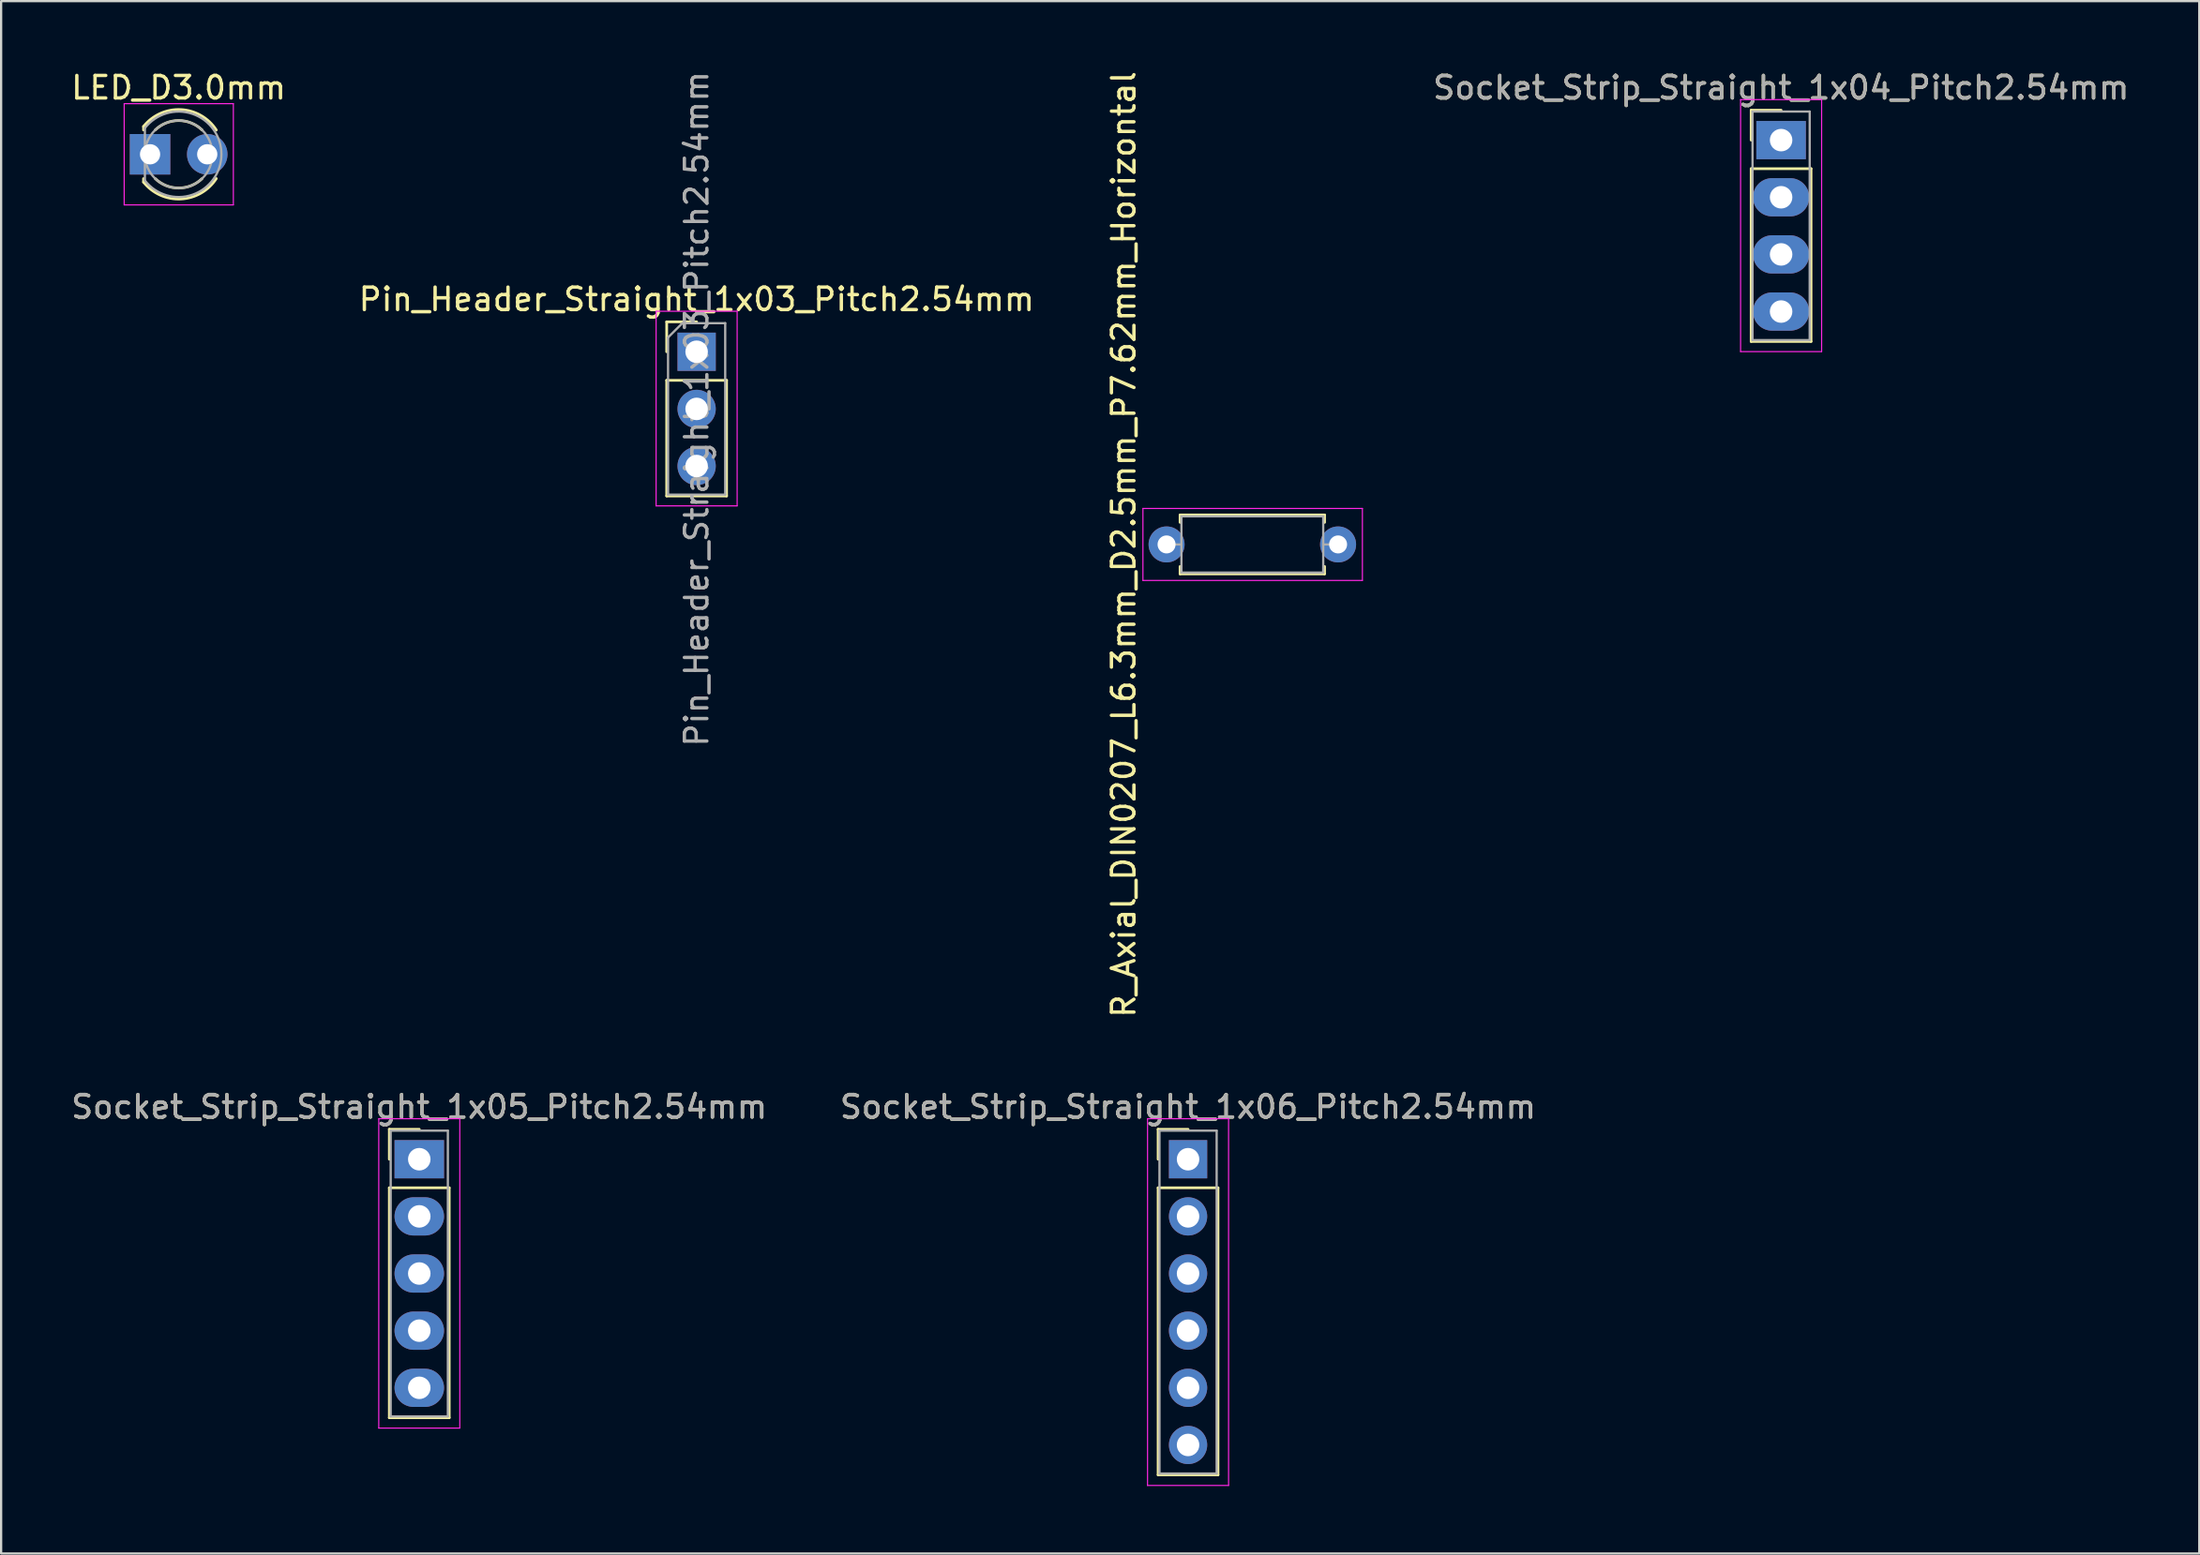
<source format=kicad_pcb>
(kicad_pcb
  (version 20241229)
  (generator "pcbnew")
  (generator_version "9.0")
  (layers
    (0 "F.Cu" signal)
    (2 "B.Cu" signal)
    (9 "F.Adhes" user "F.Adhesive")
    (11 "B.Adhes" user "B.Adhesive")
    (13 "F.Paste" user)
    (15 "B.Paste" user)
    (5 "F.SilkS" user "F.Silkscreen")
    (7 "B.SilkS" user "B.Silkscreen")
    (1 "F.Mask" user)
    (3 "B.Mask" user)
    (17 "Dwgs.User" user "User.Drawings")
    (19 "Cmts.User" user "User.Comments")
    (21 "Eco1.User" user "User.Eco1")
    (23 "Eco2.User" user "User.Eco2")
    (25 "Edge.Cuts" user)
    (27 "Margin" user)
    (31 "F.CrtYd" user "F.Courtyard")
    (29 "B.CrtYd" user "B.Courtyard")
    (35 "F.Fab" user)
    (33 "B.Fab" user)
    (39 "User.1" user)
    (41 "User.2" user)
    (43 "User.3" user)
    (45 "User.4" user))
  (footprint "Socket_Strip_Straight_1x04_Pitch2.54mm"
    (layer "F.Cu")
    (at 76.079 3.178)
    (property "Reference" "Socket_Strip_Straight_1x04_Pitch2.54mm" (at 0 -2.33 0) (layer "F.SilkS") (effects (font (size 1 1) (thickness 0.15))))
    (attr through_hole)
    (fp_line (start -1.33 -1.33) (end 0 -1.33) (stroke (width 0.12) (type solid)) (layer "F.SilkS"))
    (fp_line (start -1.33 0) (end -1.33 -1.33) (stroke (width 0.12) (type solid)) (layer "F.SilkS"))
    (fp_line (start -1.33 1.27) (end -1.33 8.95) (stroke (width 0.12) (type solid)) (layer "F.SilkS"))
    (fp_line (start -1.33 8.95) (end 1.33 8.95) (stroke (width 0.12) (type solid)) (layer "F.SilkS"))
    (fp_line (start 1.33 1.27) (end -1.33 1.27) (stroke (width 0.12) (type solid)) (layer "F.SilkS"))
    (fp_line (start 1.33 8.95) (end 1.33 1.27) (stroke (width 0.12) (type solid)) (layer "F.SilkS"))
    (fp_line (start -1.8 -1.8) (end -1.8 9.4) (stroke (width 0.05) (type solid)) (layer "F.CrtYd"))
    (fp_line (start -1.8 9.4) (end 1.8 9.4) (stroke (width 0.05) (type solid)) (layer "F.CrtYd"))
    (fp_line (start 1.8 -1.8) (end -1.8 -1.8) (stroke (width 0.05) (type solid)) (layer "F.CrtYd"))
    (fp_line (start 1.8 9.4) (end 1.8 -1.8) (stroke (width 0.05) (type solid)) (layer "F.CrtYd"))
    (fp_line (start -1.27 -1.27) (end -1.27 8.89) (stroke (width 0.1) (type solid)) (layer "F.Fab"))
    (fp_line (start -1.27 8.89) (end 1.27 8.89) (stroke (width 0.1) (type solid)) (layer "F.Fab"))
    (fp_line (start 1.27 -1.27) (end -1.27 -1.27) (stroke (width 0.1) (type solid)) (layer "F.Fab"))
    (fp_line (start 1.27 8.89) (end 1.27 -1.27) (stroke (width 0.1) (type solid)) (layer "F.Fab"))
    (fp_text user "${REFERENCE}" (at 0 -2.33 0) (layer "F.Fab") (effects (font (size 1 1) (thickness 0.15))))
    (pad "1" thru_hole rect (at 0 0) (size 2.2 1.7) (drill 1) (layers "*.Cu" "*.Mask"))
    (pad "2" thru_hole oval (at 0 2.54) (size 2.5 1.7) (drill 1) (layers "*.Cu" "*.Mask"))
    (pad "3" thru_hole oval (at 0 5.08) (size 2.5 1.7) (drill 1) (layers "*.Cu" "*.Mask"))
    (pad "4" thru_hole oval (at 0 7.62) (size 2.5 1.7) (drill 1) (layers "*.Cu" "*.Mask")))
  (footprint "LED_D3.0mm"
    (layer "F.Cu")
    (at 3.617 3.808)
    (property "Reference" "LED_D3.0mm" (at 1.27 -2.96 0) (layer "F.SilkS") (effects (font (size 1 1) (thickness 0.15))))
    (attr through_hole)
    (fp_line (start -0.29 -1.236) (end -0.29 -1.08) (stroke (width 0.12) (type solid)) (layer "F.SilkS"))
    (fp_line (start -0.29 1.08) (end -0.29 1.236) (stroke (width 0.12) (type solid)) (layer "F.SilkS"))
    (fp_arc (start -0.29 -1.235516) (mid 1.366487 -1.987659) (end 2.942335 -1.078608) (stroke (width 0.12) (type solid)) (layer "F.SilkS"))
    (fp_arc (start 0.229039 -1.08) (mid 1.270117 -1.5) (end 2.31113 -1.079837) (stroke (width 0.12) (type solid)) (layer "F.SilkS"))
    (fp_arc (start 2.31113 1.079837) (mid 1.270117 1.5) (end 0.229039 1.08) (stroke (width 0.12) (type solid)) (layer "F.SilkS"))
    (fp_arc (start 2.942335 1.078608) (mid 1.366487 1.987659) (end -0.29 1.235516) (stroke (width 0.12) (type solid)) (layer "F.SilkS"))
    (fp_line (start -1.15 -2.25) (end -1.15 2.25) (stroke (width 0.05) (type solid)) (layer "F.CrtYd"))
    (fp_line (start -1.15 2.25) (end 3.7 2.25) (stroke (width 0.05) (type solid)) (layer "F.CrtYd"))
    (fp_line (start 3.7 -2.25) (end -1.15 -2.25) (stroke (width 0.05) (type solid)) (layer "F.CrtYd"))
    (fp_line (start 3.7 2.25) (end 3.7 -2.25) (stroke (width 0.05) (type solid)) (layer "F.CrtYd"))
    (fp_line (start -0.23 -1.166) (end -0.23 1.166) (stroke (width 0.1) (type solid)) (layer "F.Fab"))
    (fp_arc (start -0.23 -1.16619) (mid 3.17 0.000452) (end -0.230555 1.165476) (stroke (width 0.1) (type solid)) (layer "F.Fab"))
    (fp_circle (center 1.27 0) (end 2.77 0) (stroke (width 0.1) (type solid)) (fill no) (layer "F.Fab"))
    (pad "1" thru_hole rect (at 0 0) (size 1.8 1.8) (drill 0.9) (layers "*.Cu" "*.Mask"))
    (pad "2" thru_hole circle (at 2.54 0) (size 1.8 1.8) (drill 0.9) (layers "*.Cu" "*.Mask")))
  (footprint "Socket_Strip_Straight_1x05_Pitch2.54mm"
    (layer "F.Cu")
    (at 15.577 48.476)
    (property "Reference" "Socket_Strip_Straight_1x05_Pitch2.54mm" (at 0 -2.33 0) (layer "F.SilkS") (effects (font (size 1 1) (thickness 0.15))))
    (attr through_hole)
    (fp_line (start -1.33 -1.33) (end 0 -1.33) (stroke (width 0.12) (type solid)) (layer "F.SilkS"))
    (fp_line (start -1.33 0) (end -1.33 -1.33) (stroke (width 0.12) (type solid)) (layer "F.SilkS"))
    (fp_line (start -1.33 1.27) (end -1.33 11.49) (stroke (width 0.12) (type solid)) (layer "F.SilkS"))
    (fp_line (start -1.33 11.49) (end 1.33 11.49) (stroke (width 0.12) (type solid)) (layer "F.SilkS"))
    (fp_line (start 1.33 1.27) (end -1.33 1.27) (stroke (width 0.12) (type solid)) (layer "F.SilkS"))
    (fp_line (start 1.33 11.49) (end 1.33 1.27) (stroke (width 0.12) (type solid)) (layer "F.SilkS"))
    (fp_line (start -1.8 -1.8) (end -1.8 11.95) (stroke (width 0.05) (type solid)) (layer "F.CrtYd"))
    (fp_line (start -1.8 11.95) (end 1.8 11.95) (stroke (width 0.05) (type solid)) (layer "F.CrtYd"))
    (fp_line (start 1.8 -1.8) (end -1.8 -1.8) (stroke (width 0.05) (type solid)) (layer "F.CrtYd"))
    (fp_line (start 1.8 11.95) (end 1.8 -1.8) (stroke (width 0.05) (type solid)) (layer "F.CrtYd"))
    (fp_line (start -1.27 -1.27) (end -1.27 11.43) (stroke (width 0.1) (type solid)) (layer "F.Fab"))
    (fp_line (start -1.27 11.43) (end 1.27 11.43) (stroke (width 0.1) (type solid)) (layer "F.Fab"))
    (fp_line (start 1.27 -1.27) (end -1.27 -1.27) (stroke (width 0.1) (type solid)) (layer "F.Fab"))
    (fp_line (start 1.27 11.43) (end 1.27 -1.27) (stroke (width 0.1) (type solid)) (layer "F.Fab"))
    (fp_text user "${REFERENCE}" (at 0 -2.33 0) (layer "F.Fab") (effects (font (size 1 1) (thickness 0.15))))
    (pad "1" thru_hole rect (at 0 0) (size 2.2 1.7) (drill 1) (layers "*.Cu" "*.Mask"))
    (pad "2" thru_hole oval (at 0 2.54) (size 2.2 1.7) (drill 1) (layers "*.Cu" "*.Mask"))
    (pad "3" thru_hole oval (at 0 5.08) (size 2.2 1.7) (drill 1) (layers "*.Cu" "*.Mask"))
    (pad "4" thru_hole oval (at 0 7.62) (size 2.2 1.7) (drill 1) (layers "*.Cu" "*.Mask"))
    (pad "5" thru_hole oval (at 0 10.16) (size 2.2 1.7) (drill 1) (layers "*.Cu" "*.Mask")))
  (footprint "Socket_Strip_Straight_1x06_Pitch2.54mm"
    (layer "F.Cu")
    (at 49.732 48.476)
    (property "Reference" "Socket_Strip_Straight_1x06_Pitch2.54mm" (at 0 -2.33 0) (layer "F.SilkS") (effects (font (size 1 1) (thickness 0.15))))
    (attr through_hole)
    (fp_line (start -1.33 -1.33) (end 0 -1.33) (stroke (width 0.12) (type solid)) (layer "F.SilkS"))
    (fp_line (start -1.33 0) (end -1.33 -1.33) (stroke (width 0.12) (type solid)) (layer "F.SilkS"))
    (fp_line (start -1.33 1.27) (end -1.33 14.03) (stroke (width 0.12) (type solid)) (layer "F.SilkS"))
    (fp_line (start -1.33 14.03) (end 1.33 14.03) (stroke (width 0.12) (type solid)) (layer "F.SilkS"))
    (fp_line (start 1.33 1.27) (end -1.33 1.27) (stroke (width 0.12) (type solid)) (layer "F.SilkS"))
    (fp_line (start 1.33 14.03) (end 1.33 1.27) (stroke (width 0.12) (type solid)) (layer "F.SilkS"))
    (fp_line (start -1.8 -1.8) (end -1.8 14.5) (stroke (width 0.05) (type solid)) (layer "F.CrtYd"))
    (fp_line (start -1.8 14.5) (end 1.8 14.5) (stroke (width 0.05) (type solid)) (layer "F.CrtYd"))
    (fp_line (start 1.8 -1.8) (end -1.8 -1.8) (stroke (width 0.05) (type solid)) (layer "F.CrtYd"))
    (fp_line (start 1.8 14.5) (end 1.8 -1.8) (stroke (width 0.05) (type solid)) (layer "F.CrtYd"))
    (fp_line (start -1.27 -1.27) (end -1.27 13.97) (stroke (width 0.1) (type solid)) (layer "F.Fab"))
    (fp_line (start -1.27 13.97) (end 1.27 13.97) (stroke (width 0.1) (type solid)) (layer "F.Fab"))
    (fp_line (start 1.27 -1.27) (end -1.27 -1.27) (stroke (width 0.1) (type solid)) (layer "F.Fab"))
    (fp_line (start 1.27 13.97) (end 1.27 -1.27) (stroke (width 0.1) (type solid)) (layer "F.Fab"))
    (fp_text user "${REFERENCE}" (at 0 -2.33 0) (layer "F.Fab") (effects (font (size 1 1) (thickness 0.15))))
    (pad "1" thru_hole rect (at 0 0) (size 1.7 1.7) (drill 1) (layers "*.Cu" "*.Mask"))
    (pad "2" thru_hole oval (at 0 2.54) (size 1.7 1.7) (drill 1) (layers "*.Cu" "*.Mask"))
    (pad "3" thru_hole oval (at 0 5.08) (size 1.7 1.7) (drill 1) (layers "*.Cu" "*.Mask"))
    (pad "4" thru_hole oval (at 0 7.62) (size 1.7 1.7) (drill 1) (layers "*.Cu" "*.Mask"))
    (pad "5" thru_hole oval (at 0 10.16) (size 1.7 1.7) (drill 1) (layers "*.Cu" "*.Mask"))
    (pad "6" thru_hole oval (at 0 12.7) (size 1.7 1.7) (drill 1) (layers "*.Cu" "*.Mask")))
  (footprint "Pin_Header_Straight_1x03_Pitch2.54mm"
    (layer "F.Cu")
    (at 27.899 12.585)
    (property "Reference" "Pin_Header_Straight_1x03_Pitch2.54mm" (at 0 -2.33 0) (layer "F.SilkS") (effects (font (size 1 1) (thickness 0.15))))
    (attr through_hole)
    (fp_line (start -1.33 -1.33) (end 0 -1.33) (stroke (width 0.12) (type solid)) (layer "F.SilkS"))
    (fp_line (start -1.33 0) (end -1.33 -1.33) (stroke (width 0.12) (type solid)) (layer "F.SilkS"))
    (fp_line (start -1.33 1.27) (end -1.33 6.41) (stroke (width 0.12) (type solid)) (layer "F.SilkS"))
    (fp_line (start -1.33 1.27) (end 1.33 1.27) (stroke (width 0.12) (type solid)) (layer "F.SilkS"))
    (fp_line (start -1.33 6.41) (end 1.33 6.41) (stroke (width 0.12) (type solid)) (layer "F.SilkS"))
    (fp_line (start 1.33 1.27) (end 1.33 6.41) (stroke (width 0.12) (type solid)) (layer "F.SilkS"))
    (fp_line (start -1.8 -1.8) (end -1.8 6.85) (stroke (width 0.05) (type solid)) (layer "F.CrtYd"))
    (fp_line (start -1.8 6.85) (end 1.8 6.85) (stroke (width 0.05) (type solid)) (layer "F.CrtYd"))
    (fp_line (start 1.8 -1.8) (end -1.8 -1.8) (stroke (width 0.05) (type solid)) (layer "F.CrtYd"))
    (fp_line (start 1.8 6.85) (end 1.8 -1.8) (stroke (width 0.05) (type solid)) (layer "F.CrtYd"))
    (fp_line (start -1.27 -0.635) (end -0.635 -1.27) (stroke (width 0.1) (type solid)) (layer "F.Fab"))
    (fp_line (start -1.27 6.35) (end -1.27 -0.635) (stroke (width 0.1) (type solid)) (layer "F.Fab"))
    (fp_line (start -0.635 -1.27) (end 1.27 -1.27) (stroke (width 0.1) (type solid)) (layer "F.Fab"))
    (fp_line (start 1.27 -1.27) (end 1.27 6.35) (stroke (width 0.1) (type solid)) (layer "F.Fab"))
    (fp_line (start 1.27 6.35) (end -1.27 6.35) (stroke (width 0.1) (type solid)) (layer "F.Fab"))
    (fp_text user "${REFERENCE}" (at 0 2.54 90) (layer "F.Fab") (effects (font (size 1 1) (thickness 0.15))))
    (pad "1" thru_hole rect (at 0 0) (size 1.7 1.7) (drill 1) (layers "*.Cu" "*.Mask"))
    (pad "2" thru_hole oval (at 0 2.54) (size 1.7 1.7) (drill 1) (layers "*.Cu" "*.Mask"))
    (pad "3" thru_hole oval (at 0 5.08) (size 1.7 1.7) (drill 1) (layers "*.Cu" "*.Mask")))
  (footprint "R_Axial_DIN0207_L6.3mm_D2.5mm_P7.62mm_Horizontal"
    (layer "F.Cu")
    (at 48.777 21.149)
    (property "Reference" "R_Axial_DIN0207_L6.3mm_D2.5mm_P7.62mm_Horizontal" (at -1.905 0 90) (layer "F.SilkS") (effects (font (size 1 1) (thickness 0.15))))
    (attr through_hole)
    (fp_line (start 0.6 -1.31) (end 7.02 -1.31) (stroke (width 0.12) (type solid)) (layer "F.SilkS"))
    (fp_line (start 0.6 -0.98) (end 0.6 -1.31) (stroke (width 0.12) (type solid)) (layer "F.SilkS"))
    (fp_line (start 0.6 0.98) (end 0.6 1.31) (stroke (width 0.12) (type solid)) (layer "F.SilkS"))
    (fp_line (start 0.6 1.31) (end 7.02 1.31) (stroke (width 0.12) (type solid)) (layer "F.SilkS"))
    (fp_line (start 7.02 -1.31) (end 7.02 -0.98) (stroke (width 0.12) (type solid)) (layer "F.SilkS"))
    (fp_line (start 7.02 1.31) (end 7.02 0.98) (stroke (width 0.12) (type solid)) (layer "F.SilkS"))
    (fp_line (start -1.05 -1.6) (end -1.05 1.6) (stroke (width 0.05) (type solid)) (layer "F.CrtYd"))
    (fp_line (start -1.05 1.6) (end 8.7 1.6) (stroke (width 0.05) (type solid)) (layer "F.CrtYd"))
    (fp_line (start 8.7 -1.6) (end -1.05 -1.6) (stroke (width 0.05) (type solid)) (layer "F.CrtYd"))
    (fp_line (start 8.7 1.6) (end 8.7 -1.6) (stroke (width 0.05) (type solid)) (layer "F.CrtYd"))
    (fp_line (start 0 0) (end 0.66 0) (stroke (width 0.1) (type solid)) (layer "F.Fab"))
    (fp_line (start 0.66 -1.25) (end 0.66 1.25) (stroke (width 0.1) (type solid)) (layer "F.Fab"))
    (fp_line (start 0.66 1.25) (end 6.96 1.25) (stroke (width 0.1) (type solid)) (layer "F.Fab"))
    (fp_line (start 6.96 -1.25) (end 0.66 -1.25) (stroke (width 0.1) (type solid)) (layer "F.Fab"))
    (fp_line (start 6.96 1.25) (end 6.96 -1.25) (stroke (width 0.1) (type solid)) (layer "F.Fab"))
    (fp_line (start 7.62 0) (end 6.96 0) (stroke (width 0.1) (type solid)) (layer "F.Fab"))
    (pad "1" thru_hole circle (at 0 0) (size 1.6 1.6) (drill 0.8) (layers "*.Cu" "*.Mask"))
    (pad "2" thru_hole oval (at 7.62 0) (size 1.6 1.6) (drill 0.8) (layers "*.Cu" "*.Mask")))
  (gr_rect
    (start -3 -3)
    (end 94.657 66.001)
    (stroke (width 0.1) (type default))
    (fill no)
    (layer "Edge.Cuts")))
</source>
